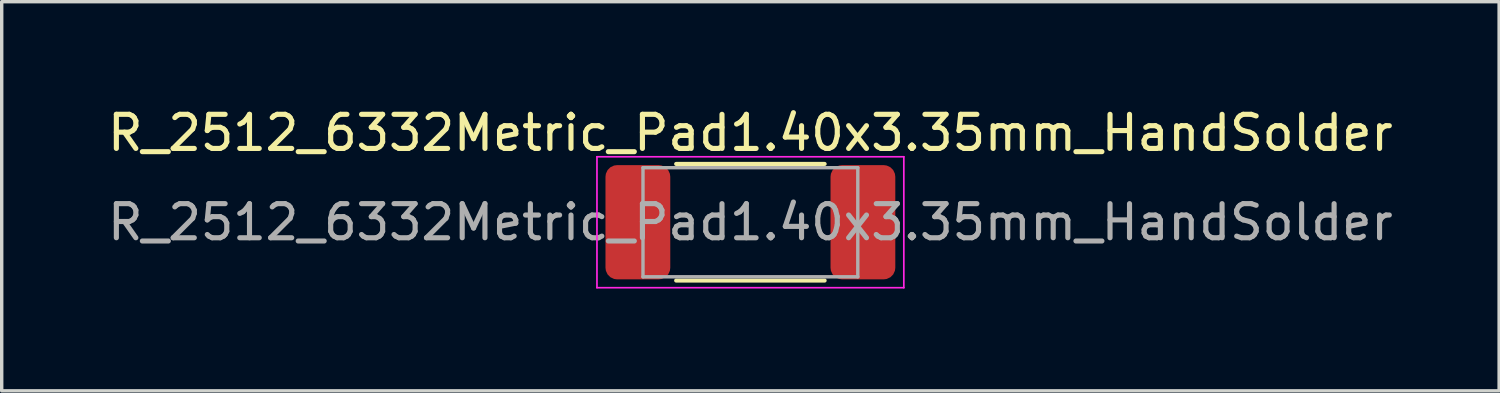
<source format=kicad_pcb>
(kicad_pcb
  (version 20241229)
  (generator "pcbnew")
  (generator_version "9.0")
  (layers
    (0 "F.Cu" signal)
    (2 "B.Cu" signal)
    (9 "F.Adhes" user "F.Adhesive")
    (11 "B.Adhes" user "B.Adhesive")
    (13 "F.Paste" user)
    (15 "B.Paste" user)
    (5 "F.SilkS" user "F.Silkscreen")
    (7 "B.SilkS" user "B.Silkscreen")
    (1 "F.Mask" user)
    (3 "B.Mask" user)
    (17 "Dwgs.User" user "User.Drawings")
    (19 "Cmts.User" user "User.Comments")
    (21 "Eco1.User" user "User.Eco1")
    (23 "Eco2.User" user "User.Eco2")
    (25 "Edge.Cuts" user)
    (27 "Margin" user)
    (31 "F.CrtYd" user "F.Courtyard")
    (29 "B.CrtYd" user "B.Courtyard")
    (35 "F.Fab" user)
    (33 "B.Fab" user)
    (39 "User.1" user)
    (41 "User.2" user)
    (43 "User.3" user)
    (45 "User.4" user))
  (footprint "R_2512_6332Metric_Pad1.40x3.35mm_HandSolder"
    (layer "F.Cu")
    (at 18.958 3.468)
    (property "Reference" "R_2512_6332Metric_Pad1.40x3.35mm_HandSolder" (at 0 -2.62 180) (layer "F.SilkS") (effects (font (size 1 1) (thickness 0.15))))
    (attr smd)
    (fp_line (start -2.177 -1.71) (end 2.177 -1.71) (stroke (width 0.12) (type solid)) (layer "F.SilkS"))
    (fp_line (start -2.177 1.71) (end 2.177 1.71) (stroke (width 0.12) (type solid)) (layer "F.SilkS"))
    (fp_line (start -4.5 -1.92) (end 4.5 -1.92) (stroke (width 0.05) (type solid)) (layer "F.CrtYd"))
    (fp_line (start -4.5 1.92) (end -4.5 -1.92) (stroke (width 0.05) (type solid)) (layer "F.CrtYd"))
    (fp_line (start 4.5 -1.92) (end 4.5 1.92) (stroke (width 0.05) (type solid)) (layer "F.CrtYd"))
    (fp_line (start 4.5 1.92) (end -4.5 1.92) (stroke (width 0.05) (type solid)) (layer "F.CrtYd"))
    (fp_line (start -3.15 -1.6) (end 3.15 -1.6) (stroke (width 0.1) (type solid)) (layer "F.Fab"))
    (fp_line (start -3.15 1.6) (end -3.15 -1.6) (stroke (width 0.1) (type solid)) (layer "F.Fab"))
    (fp_line (start 3.15 -1.6) (end 3.15 1.6) (stroke (width 0.1) (type solid)) (layer "F.Fab"))
    (fp_line (start 3.15 1.6) (end -3.15 1.6) (stroke (width 0.1) (type solid)) (layer "F.Fab"))
    (fp_text user "${REFERENCE}" (at 0 0 180) (layer "F.Fab") (effects (font (size 1 1) (thickness 0.15))))
    (pad "1" smd roundrect (at -3.3 0) (size 1.9 3.35) (layers "F.Cu" "F.Mask" "F.Paste") (roundrect_rratio 0.179))
    (pad "2" smd roundrect (at 3.3 0) (size 1.9 3.35) (layers "F.Cu" "F.Mask" "F.Paste") (roundrect_rratio 0.179)))
  (gr_rect
    (start -3 -3)
    (end 40.917 8.413)
    (stroke (width 0.1) (type default))
    (fill no)
    (layer "Edge.Cuts")))
</source>
